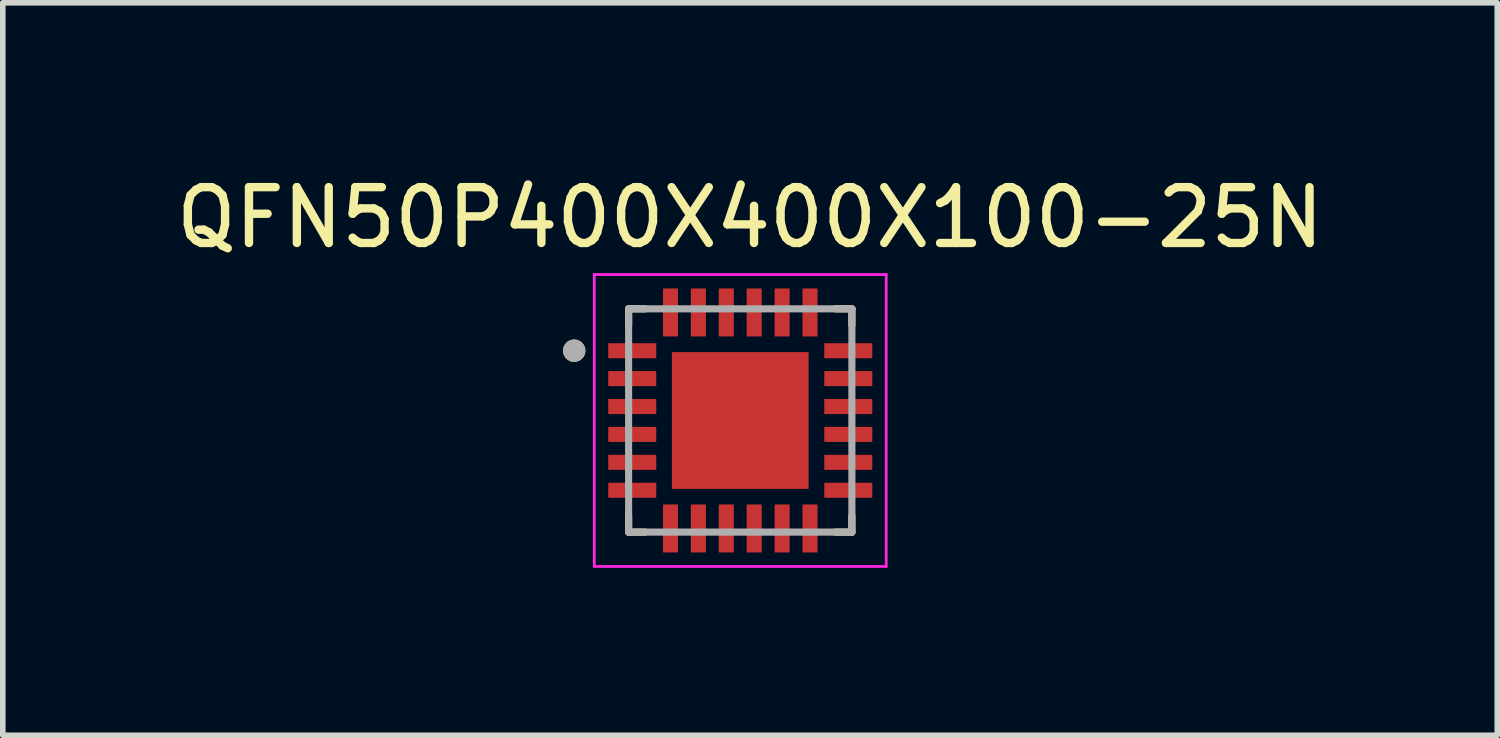
<source format=kicad_pcb>
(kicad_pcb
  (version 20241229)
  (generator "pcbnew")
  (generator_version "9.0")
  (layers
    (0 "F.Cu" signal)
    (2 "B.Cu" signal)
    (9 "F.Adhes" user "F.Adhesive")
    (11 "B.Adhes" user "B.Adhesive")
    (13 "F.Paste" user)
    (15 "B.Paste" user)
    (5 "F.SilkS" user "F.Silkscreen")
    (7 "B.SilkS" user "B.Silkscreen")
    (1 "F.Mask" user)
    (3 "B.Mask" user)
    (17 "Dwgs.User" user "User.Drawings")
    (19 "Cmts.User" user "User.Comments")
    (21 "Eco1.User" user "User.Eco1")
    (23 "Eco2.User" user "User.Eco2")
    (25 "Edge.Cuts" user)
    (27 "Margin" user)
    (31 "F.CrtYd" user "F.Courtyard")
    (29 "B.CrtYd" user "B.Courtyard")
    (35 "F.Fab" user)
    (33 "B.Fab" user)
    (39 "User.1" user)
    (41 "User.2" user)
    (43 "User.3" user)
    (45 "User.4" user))
  (footprint "QFN50P400X400X100-25N"
    (layer "F.Cu")
    (at 10.212 4.483)
    (property "Reference" "QFN50P400X400X100-25N" (at 0.175 -3.635 0) (layer "F.SilkS") (effects (font (size 1 1) (thickness 0.15))))
    (attr smd)
    (fp_line (start -2 -2) (end -2 -1.705) (stroke (width 0.127) (type solid)) (layer "F.SilkS"))
    (fp_line (start -2 -2) (end -1.705 -2) (stroke (width 0.127) (type solid)) (layer "F.SilkS"))
    (fp_line (start -2 2) (end -2 1.705) (stroke (width 0.127) (type solid)) (layer "F.SilkS"))
    (fp_line (start -2 2) (end -1.705 2) (stroke (width 0.127) (type solid)) (layer "F.SilkS"))
    (fp_line (start 2 -2) (end 1.705 -2) (stroke (width 0.127) (type solid)) (layer "F.SilkS"))
    (fp_line (start 2 -2) (end 2 -1.705) (stroke (width 0.127) (type solid)) (layer "F.SilkS"))
    (fp_line (start 2 2) (end 1.705 2) (stroke (width 0.127) (type solid)) (layer "F.SilkS"))
    (fp_line (start 2 2) (end 2 1.705) (stroke (width 0.127) (type solid)) (layer "F.SilkS"))
    (fp_circle (center -2.975 -1.25) (end -2.875 -1.25) (stroke (width 0.2) (type solid)) (fill no) (layer "F.SilkS"))
    (fp_poly (pts (xy -0.775 -0.775) (xy 0.775 -0.775) (xy 0.775 0.775) (xy -0.775 0.775)) (stroke (width 0.01) (type solid)) (fill yes) (layer "F.Paste"))
    (fp_line (start -2.615 -2.615) (end 2.615 -2.615) (stroke (width 0.05) (type solid)) (layer "F.CrtYd"))
    (fp_line (start -2.615 2.615) (end -2.615 -2.615) (stroke (width 0.05) (type solid)) (layer "F.CrtYd"))
    (fp_line (start -2.615 2.615) (end 2.615 2.615) (stroke (width 0.05) (type solid)) (layer "F.CrtYd"))
    (fp_line (start 2.615 2.615) (end 2.615 -2.615) (stroke (width 0.05) (type solid)) (layer "F.CrtYd"))
    (fp_line (start -2 2) (end -2 -2) (stroke (width 0.127) (type solid)) (layer "F.Fab"))
    (fp_line (start 2 -2) (end -2 -2) (stroke (width 0.127) (type solid)) (layer "F.Fab"))
    (fp_line (start 2 2) (end -2 2) (stroke (width 0.127) (type solid)) (layer "F.Fab"))
    (fp_line (start 2 2) (end 2 -2) (stroke (width 0.127) (type solid)) (layer "F.Fab"))
    (fp_circle (center -2.975 -1.25) (end -2.875 -1.25) (stroke (width 0.2) (type solid)) (fill no) (layer "F.Fab"))
    (pad "1" smd roundrect (at -1.935 -1.25) (size 0.86 0.27) (layers "F.Cu" "F.Mask" "F.Paste") (roundrect_rratio 0.03))
    (pad "2" smd roundrect (at -1.935 -0.75) (size 0.86 0.27) (layers "F.Cu" "F.Mask" "F.Paste") (roundrect_rratio 0.03))
    (pad "3" smd roundrect (at -1.935 -0.25) (size 0.86 0.27) (layers "F.Cu" "F.Mask" "F.Paste") (roundrect_rratio 0.03))
    (pad "4" smd roundrect (at -1.935 0.25) (size 0.86 0.27) (layers "F.Cu" "F.Mask" "F.Paste") (roundrect_rratio 0.03))
    (pad "5" smd roundrect (at -1.935 0.75) (size 0.86 0.27) (layers "F.Cu" "F.Mask" "F.Paste") (roundrect_rratio 0.03))
    (pad "6" smd roundrect (at -1.935 1.25) (size 0.86 0.27) (layers "F.Cu" "F.Mask" "F.Paste") (roundrect_rratio 0.03))
    (pad "7" smd roundrect (at -1.25 1.935 90) (size 0.86 0.27) (layers "F.Cu" "F.Mask" "F.Paste") (roundrect_rratio 0.03))
    (pad "8" smd roundrect (at -0.75 1.935 90) (size 0.86 0.27) (layers "F.Cu" "F.Mask" "F.Paste") (roundrect_rratio 0.03))
    (pad "9" smd roundrect (at -0.25 1.935 90) (size 0.86 0.27) (layers "F.Cu" "F.Mask" "F.Paste") (roundrect_rratio 0.03))
    (pad "10" smd roundrect (at 0.25 1.935 90) (size 0.86 0.27) (layers "F.Cu" "F.Mask" "F.Paste") (roundrect_rratio 0.03))
    (pad "11" smd roundrect (at 0.75 1.935 90) (size 0.86 0.27) (layers "F.Cu" "F.Mask" "F.Paste") (roundrect_rratio 0.03))
    (pad "12" smd roundrect (at 1.25 1.935 90) (size 0.86 0.27) (layers "F.Cu" "F.Mask" "F.Paste") (roundrect_rratio 0.03))
    (pad "13" smd roundrect (at 1.935 1.25) (size 0.86 0.27) (layers "F.Cu" "F.Mask" "F.Paste") (roundrect_rratio 0.03))
    (pad "14" smd roundrect (at 1.935 0.75) (size 0.86 0.27) (layers "F.Cu" "F.Mask" "F.Paste") (roundrect_rratio 0.03))
    (pad "15" smd roundrect (at 1.935 0.25) (size 0.86 0.27) (layers "F.Cu" "F.Mask" "F.Paste") (roundrect_rratio 0.03))
    (pad "16" smd roundrect (at 1.935 -0.25) (size 0.86 0.27) (layers "F.Cu" "F.Mask" "F.Paste") (roundrect_rratio 0.03))
    (pad "17" smd roundrect (at 1.935 -0.75) (size 0.86 0.27) (layers "F.Cu" "F.Mask" "F.Paste") (roundrect_rratio 0.03))
    (pad "18" smd roundrect (at 1.935 -1.25) (size 0.86 0.27) (layers "F.Cu" "F.Mask" "F.Paste") (roundrect_rratio 0.03))
    (pad "19" smd roundrect (at 1.25 -1.935 90) (size 0.86 0.27) (layers "F.Cu" "F.Mask" "F.Paste") (roundrect_rratio 0.03))
    (pad "20" smd roundrect (at 0.75 -1.935 90) (size 0.86 0.27) (layers "F.Cu" "F.Mask" "F.Paste") (roundrect_rratio 0.03))
    (pad "21" smd roundrect (at 0.25 -1.935 90) (size 0.86 0.27) (layers "F.Cu" "F.Mask" "F.Paste") (roundrect_rratio 0.03))
    (pad "22" smd roundrect (at -0.25 -1.935 90) (size 0.86 0.27) (layers "F.Cu" "F.Mask" "F.Paste") (roundrect_rratio 0.03))
    (pad "23" smd roundrect (at -0.75 -1.935 90) (size 0.86 0.27) (layers "F.Cu" "F.Mask" "F.Paste") (roundrect_rratio 0.03))
    (pad "24" smd roundrect (at -1.25 -1.935 90) (size 0.86 0.27) (layers "F.Cu" "F.Mask" "F.Paste") (roundrect_rratio 0.03))
    (pad "25" smd rect (at 0 0) (size 2.45 2.45) (layers "F.Cu" "F.Mask")))
  (gr_rect
    (start -3 -3)
    (end 23.774 10.123)
    (stroke (width 0.1) (type default))
    (fill no)
    (layer "Edge.Cuts")))
</source>
